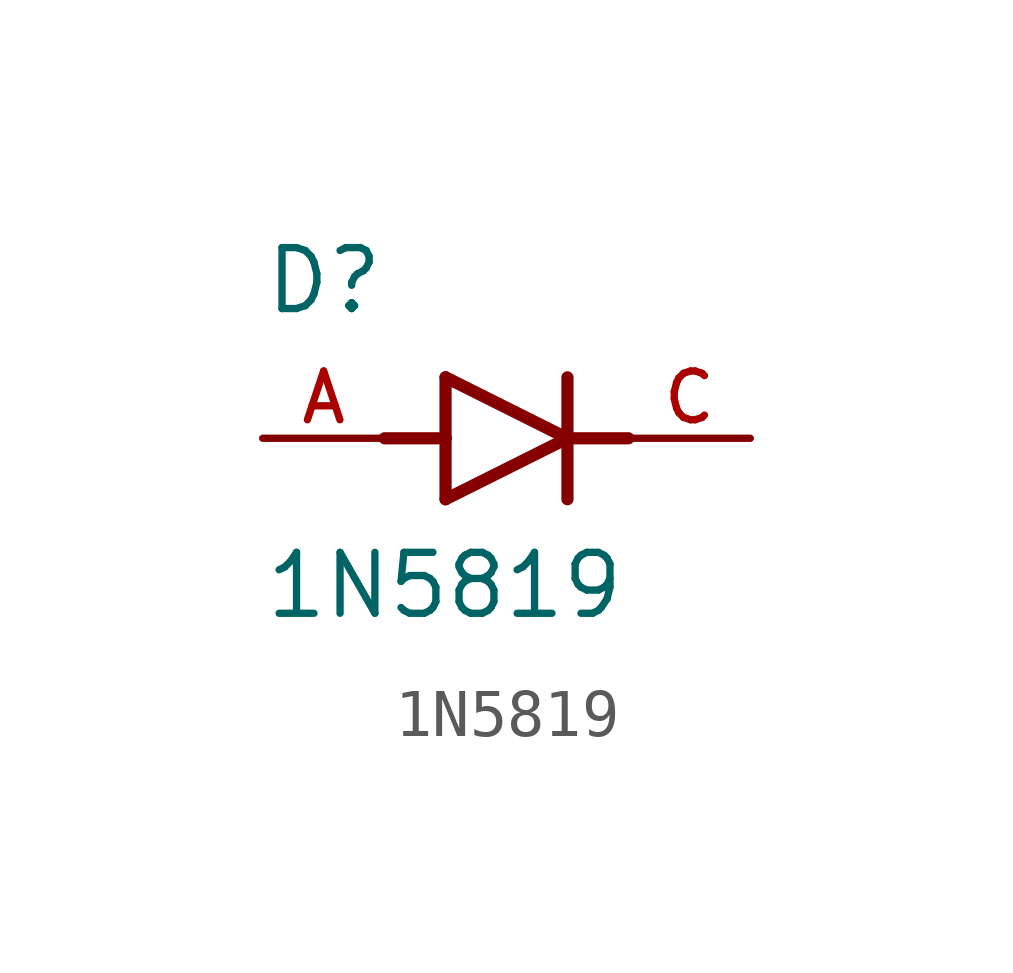
<source format=kicad_sym>
(kicad_symbol_lib
  (version 20211014)
  (generator kicad_symbol_editor)
  (symbol "1N5819"
    (pin_names
      (offset 1.016))
    (property "Reference" "D"
      (at -5.08 2.54 0)
      (effects (font (size 1.27 1.27)) (justify bottom left)))
    (property "Value" "1N5819"
      (at -5.08 -3.81 0)
      (effects (font (size 1.27 1.27)) (justify bottom left)))
    (symbol "1N5819_0_0"
      (polyline (pts (xy -1.27 -1.27) (xy 1.27 0.0)) (stroke (width 0.254)))
      (polyline (pts (xy 1.27 0.0) (xy -1.27 1.27)) (stroke (width 0.254)))
      (polyline (pts (xy 1.27 1.27) (xy 1.27 0.0)) (stroke (width 0.254)))
      (polyline (pts (xy -1.27 1.27) (xy -1.27 0.0)) (stroke (width 0.254)))
      (polyline (pts (xy -1.27 0.0) (xy -1.27 -1.27)) (stroke (width 0.254)))
      (polyline (pts (xy 1.27 0.0) (xy 1.27 -1.27)) (stroke (width 0.254)))
      (polyline (pts (xy -2.54 0.0) (xy -1.27 0.0)) (stroke (width 0.254)))
      (polyline (pts (xy 1.27 0.0) (xy 2.54 0.0)) (stroke (width 0.254)))
      (pin passive line (at 5.08 0.0 180.0) (length 2.54) (name "~" (effects (font (size 1.016 1.016)))) (number "C" (effects (font (size 1.016 1.016)))))
      (pin passive line (at -5.08 0.0 0) (length 2.54) (name "~" (effects (font (size 1.016 1.016)))) (number "A" (effects (font (size 1.016 1.016))))))))
</source>
